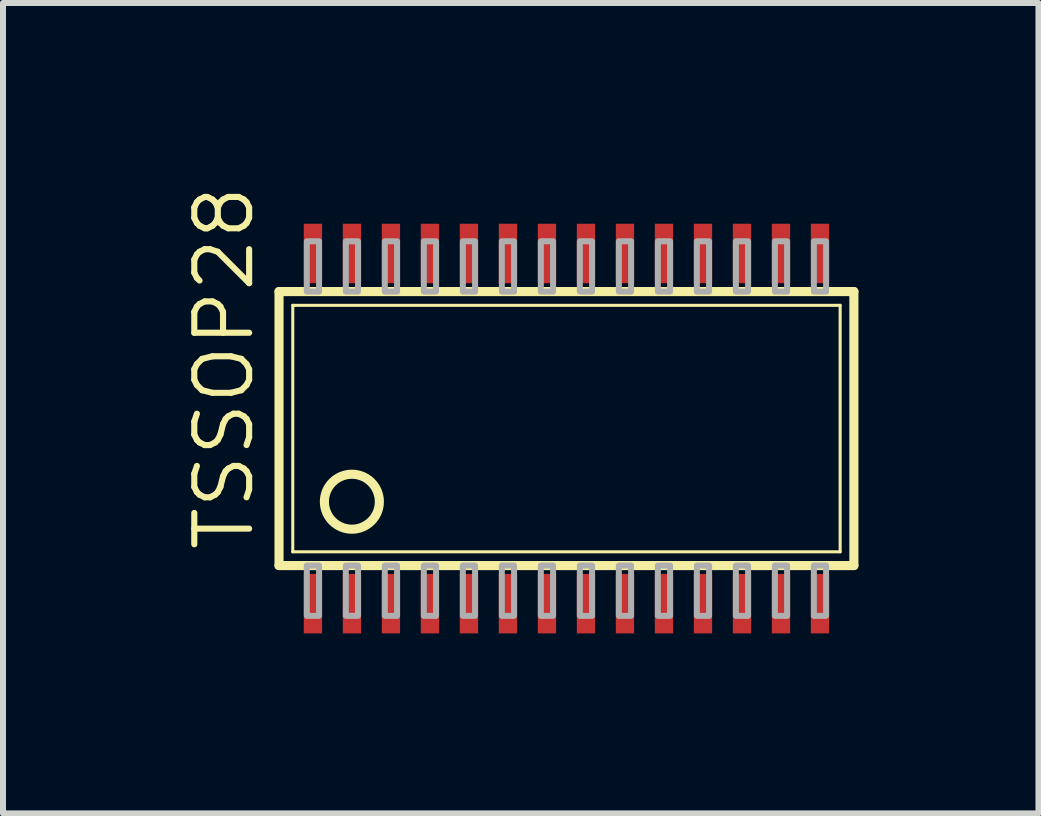
<source format=kicad_pcb>
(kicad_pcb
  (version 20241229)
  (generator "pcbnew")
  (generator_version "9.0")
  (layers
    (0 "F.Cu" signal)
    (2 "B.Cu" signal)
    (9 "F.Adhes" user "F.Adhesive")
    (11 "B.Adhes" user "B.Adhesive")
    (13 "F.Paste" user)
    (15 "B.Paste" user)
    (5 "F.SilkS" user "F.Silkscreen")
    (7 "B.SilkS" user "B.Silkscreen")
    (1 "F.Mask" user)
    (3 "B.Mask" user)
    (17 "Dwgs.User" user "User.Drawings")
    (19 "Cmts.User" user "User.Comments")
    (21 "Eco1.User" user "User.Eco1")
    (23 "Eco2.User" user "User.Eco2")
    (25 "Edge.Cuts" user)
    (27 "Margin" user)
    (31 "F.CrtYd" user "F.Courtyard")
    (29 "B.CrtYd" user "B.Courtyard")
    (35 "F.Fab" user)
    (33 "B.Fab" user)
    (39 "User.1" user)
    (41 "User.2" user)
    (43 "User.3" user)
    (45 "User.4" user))
  (footprint "TSSOP28"
    (layer "F.Cu")
    (at 6.39 4.092)
    (property "Reference" "TSSOP28" (at -5.171 2.083 90) (unlocked yes) (layer "F.SilkS") (effects (font (size 0.914 0.914) (thickness 0.102)) (justify left bottom)))
    (fp_line (start -4.79 2.283) (end -4.79 -2.283) (stroke (width 0.152) (type solid)) (layer "F.SilkS"))
    (fp_line (start -4.79 2.283) (end 4.79 2.283) (stroke (width 0.152) (type solid)) (layer "F.SilkS"))
    (fp_line (start -4.561 2.054) (end -4.561 -2.054) (stroke (width 0.051) (type solid)) (layer "F.SilkS"))
    (fp_line (start -4.561 2.054) (end 4.561 2.054) (stroke (width 0.051) (type solid)) (layer "F.SilkS"))
    (fp_line (start 4.561 -2.054) (end -4.561 -2.054) (stroke (width 0.051) (type solid)) (layer "F.SilkS"))
    (fp_line (start 4.561 -2.054) (end 4.561 2.054) (stroke (width 0.051) (type solid)) (layer "F.SilkS"))
    (fp_line (start 4.79 -2.283) (end -4.79 -2.283) (stroke (width 0.152) (type solid)) (layer "F.SilkS"))
    (fp_line (start 4.79 -2.283) (end 4.79 2.283) (stroke (width 0.152) (type solid)) (layer "F.SilkS"))
    (fp_circle (center -3.576 1.219) (end -3.118 1.219) (stroke (width 0.152) (type solid)) (fill no) (layer "F.SilkS"))
    (fp_poly (pts (xy -4.327 -2.283) (xy -4.123 -2.283) (xy -4.123 -3.121) (xy -4.327 -3.121)) (stroke (width 0.1) (type default)) (fill no) (layer "F.Fab"))
    (fp_poly (pts (xy -4.327 3.121) (xy -4.123 3.121) (xy -4.123 2.283) (xy -4.327 2.283)) (stroke (width 0.1) (type default)) (fill no) (layer "F.Fab"))
    (fp_poly (pts (xy -3.677 -2.283) (xy -3.473 -2.283) (xy -3.473 -3.121) (xy -3.677 -3.121)) (stroke (width 0.1) (type default)) (fill no) (layer "F.Fab"))
    (fp_poly (pts (xy -3.677 3.121) (xy -3.473 3.121) (xy -3.473 2.283) (xy -3.677 2.283)) (stroke (width 0.1) (type default)) (fill no) (layer "F.Fab"))
    (fp_poly (pts (xy -3.027 -2.283) (xy -2.823 -2.283) (xy -2.823 -3.121) (xy -3.027 -3.121)) (stroke (width 0.1) (type default)) (fill no) (layer "F.Fab"))
    (fp_poly (pts (xy -3.027 3.121) (xy -2.823 3.121) (xy -2.823 2.283) (xy -3.027 2.283)) (stroke (width 0.1) (type default)) (fill no) (layer "F.Fab"))
    (fp_poly (pts (xy -2.377 -2.283) (xy -2.173 -2.283) (xy -2.173 -3.121) (xy -2.377 -3.121)) (stroke (width 0.1) (type default)) (fill no) (layer "F.Fab"))
    (fp_poly (pts (xy -2.377 3.121) (xy -2.173 3.121) (xy -2.173 2.283) (xy -2.377 2.283)) (stroke (width 0.1) (type default)) (fill no) (layer "F.Fab"))
    (fp_poly (pts (xy -1.727 -2.283) (xy -1.523 -2.283) (xy -1.523 -3.121) (xy -1.727 -3.121)) (stroke (width 0.1) (type default)) (fill no) (layer "F.Fab"))
    (fp_poly (pts (xy -1.727 3.121) (xy -1.523 3.121) (xy -1.523 2.283) (xy -1.727 2.283)) (stroke (width 0.1) (type default)) (fill no) (layer "F.Fab"))
    (fp_poly (pts (xy -1.077 -2.283) (xy -0.873 -2.283) (xy -0.873 -3.121) (xy -1.077 -3.121)) (stroke (width 0.1) (type default)) (fill no) (layer "F.Fab"))
    (fp_poly (pts (xy -1.077 3.121) (xy -0.873 3.121) (xy -0.873 2.283) (xy -1.077 2.283)) (stroke (width 0.1) (type default)) (fill no) (layer "F.Fab"))
    (fp_poly (pts (xy -0.427 -2.283) (xy -0.223 -2.283) (xy -0.223 -3.121) (xy -0.427 -3.121)) (stroke (width 0.1) (type default)) (fill no) (layer "F.Fab"))
    (fp_poly (pts (xy -0.427 3.121) (xy -0.223 3.121) (xy -0.223 2.283) (xy -0.427 2.283)) (stroke (width 0.1) (type default)) (fill no) (layer "F.Fab"))
    (fp_poly (pts (xy 0.223 -2.283) (xy 0.427 -2.283) (xy 0.427 -3.121) (xy 0.223 -3.121)) (stroke (width 0.1) (type default)) (fill no) (layer "F.Fab"))
    (fp_poly (pts (xy 0.223 3.121) (xy 0.427 3.121) (xy 0.427 2.283) (xy 0.223 2.283)) (stroke (width 0.1) (type default)) (fill no) (layer "F.Fab"))
    (fp_poly (pts (xy 0.873 -2.283) (xy 1.077 -2.283) (xy 1.077 -3.121) (xy 0.873 -3.121)) (stroke (width 0.1) (type default)) (fill no) (layer "F.Fab"))
    (fp_poly (pts (xy 0.873 3.121) (xy 1.077 3.121) (xy 1.077 2.283) (xy 0.873 2.283)) (stroke (width 0.1) (type default)) (fill no) (layer "F.Fab"))
    (fp_poly (pts (xy 1.523 -2.283) (xy 1.727 -2.283) (xy 1.727 -3.121) (xy 1.523 -3.121)) (stroke (width 0.1) (type default)) (fill no) (layer "F.Fab"))
    (fp_poly (pts (xy 1.523 3.121) (xy 1.727 3.121) (xy 1.727 2.283) (xy 1.523 2.283)) (stroke (width 0.1) (type default)) (fill no) (layer "F.Fab"))
    (fp_poly (pts (xy 2.173 -2.283) (xy 2.377 -2.283) (xy 2.377 -3.121) (xy 2.173 -3.121)) (stroke (width 0.1) (type default)) (fill no) (layer "F.Fab"))
    (fp_poly (pts (xy 2.173 3.121) (xy 2.377 3.121) (xy 2.377 2.283) (xy 2.173 2.283)) (stroke (width 0.1) (type default)) (fill no) (layer "F.Fab"))
    (fp_poly (pts (xy 2.823 -2.283) (xy 3.027 -2.283) (xy 3.027 -3.121) (xy 2.823 -3.121)) (stroke (width 0.1) (type default)) (fill no) (layer "F.Fab"))
    (fp_poly (pts (xy 2.823 3.121) (xy 3.027 3.121) (xy 3.027 2.283) (xy 2.823 2.283)) (stroke (width 0.1) (type default)) (fill no) (layer "F.Fab"))
    (fp_poly (pts (xy 3.473 -2.283) (xy 3.677 -2.283) (xy 3.677 -3.121) (xy 3.473 -3.121)) (stroke (width 0.1) (type default)) (fill no) (layer "F.Fab"))
    (fp_poly (pts (xy 3.473 3.121) (xy 3.677 3.121) (xy 3.677 2.283) (xy 3.473 2.283)) (stroke (width 0.1) (type default)) (fill no) (layer "F.Fab"))
    (fp_poly (pts (xy 4.123 -2.283) (xy 4.327 -2.283) (xy 4.327 -3.121) (xy 4.123 -3.121)) (stroke (width 0.1) (type default)) (fill no) (layer "F.Fab"))
    (fp_poly (pts (xy 4.123 3.121) (xy 4.327 3.121) (xy 4.327 2.283) (xy 4.123 2.283)) (stroke (width 0.1) (type default)) (fill no) (layer "F.Fab"))
    (pad "1" smd rect (at -4.225 2.918) (size 0.305 0.991) (layers "F.Cu" "F.Mask" "F.Paste"))
    (pad "2" smd rect (at -3.575 2.918) (size 0.305 0.991) (layers "F.Cu" "F.Mask" "F.Paste"))
    (pad "3" smd rect (at -2.925 2.918) (size 0.305 0.991) (layers "F.Cu" "F.Mask" "F.Paste"))
    (pad "4" smd rect (at -2.275 2.918) (size 0.305 0.991) (layers "F.Cu" "F.Mask" "F.Paste"))
    (pad "5" smd rect (at -1.625 2.918) (size 0.305 0.991) (layers "F.Cu" "F.Mask" "F.Paste"))
    (pad "6" smd rect (at -0.975 2.918) (size 0.305 0.991) (layers "F.Cu" "F.Mask" "F.Paste"))
    (pad "7" smd rect (at -0.325 2.918) (size 0.305 0.991) (layers "F.Cu" "F.Mask" "F.Paste"))
    (pad "8" smd rect (at 0.325 2.918) (size 0.305 0.991) (layers "F.Cu" "F.Mask" "F.Paste"))
    (pad "9" smd rect (at 0.975 2.918) (size 0.305 0.991) (layers "F.Cu" "F.Mask" "F.Paste"))
    (pad "10" smd rect (at 1.625 2.918) (size 0.305 0.991) (layers "F.Cu" "F.Mask" "F.Paste"))
    (pad "11" smd rect (at 2.275 2.918) (size 0.305 0.991) (layers "F.Cu" "F.Mask" "F.Paste"))
    (pad "12" smd rect (at 2.925 2.918) (size 0.305 0.991) (layers "F.Cu" "F.Mask" "F.Paste"))
    (pad "13" smd rect (at 3.575 2.918) (size 0.305 0.991) (layers "F.Cu" "F.Mask" "F.Paste"))
    (pad "14" smd rect (at 4.225 2.918) (size 0.305 0.991) (layers "F.Cu" "F.Mask" "F.Paste"))
    (pad "15" smd rect (at 4.225 -2.918) (size 0.305 0.991) (layers "F.Cu" "F.Mask" "F.Paste"))
    (pad "16" smd rect (at 3.575 -2.918) (size 0.305 0.991) (layers "F.Cu" "F.Mask" "F.Paste"))
    (pad "17" smd rect (at 2.925 -2.918) (size 0.305 0.991) (layers "F.Cu" "F.Mask" "F.Paste"))
    (pad "18" smd rect (at 2.275 -2.918) (size 0.305 0.991) (layers "F.Cu" "F.Mask" "F.Paste"))
    (pad "19" smd rect (at 1.625 -2.918) (size 0.305 0.991) (layers "F.Cu" "F.Mask" "F.Paste"))
    (pad "20" smd rect (at 0.975 -2.918) (size 0.305 0.991) (layers "F.Cu" "F.Mask" "F.Paste"))
    (pad "21" smd rect (at 0.325 -2.918) (size 0.305 0.991) (layers "F.Cu" "F.Mask" "F.Paste"))
    (pad "22" smd rect (at -0.325 -2.918) (size 0.305 0.991) (layers "F.Cu" "F.Mask" "F.Paste"))
    (pad "23" smd rect (at -0.975 -2.918) (size 0.305 0.991) (layers "F.Cu" "F.Mask" "F.Paste"))
    (pad "24" smd rect (at -1.625 -2.918) (size 0.305 0.991) (layers "F.Cu" "F.Mask" "F.Paste"))
    (pad "25" smd rect (at -2.275 -2.918) (size 0.305 0.991) (layers "F.Cu" "F.Mask" "F.Paste"))
    (pad "26" smd rect (at -2.925 -2.918) (size 0.305 0.991) (layers "F.Cu" "F.Mask" "F.Paste"))
    (pad "27" smd rect (at -3.575 -2.918) (size 0.305 0.991) (layers "F.Cu" "F.Mask" "F.Paste"))
    (pad "28" smd rect (at -4.225 -2.918) (size 0.305 0.991) (layers "F.Cu" "F.Mask" "F.Paste")))
  (gr_rect
    (start -3 -3)
    (end 14.256 10.505)
    (stroke (width 0.1) (type default))
    (fill no)
    (layer "Edge.Cuts")))
</source>
